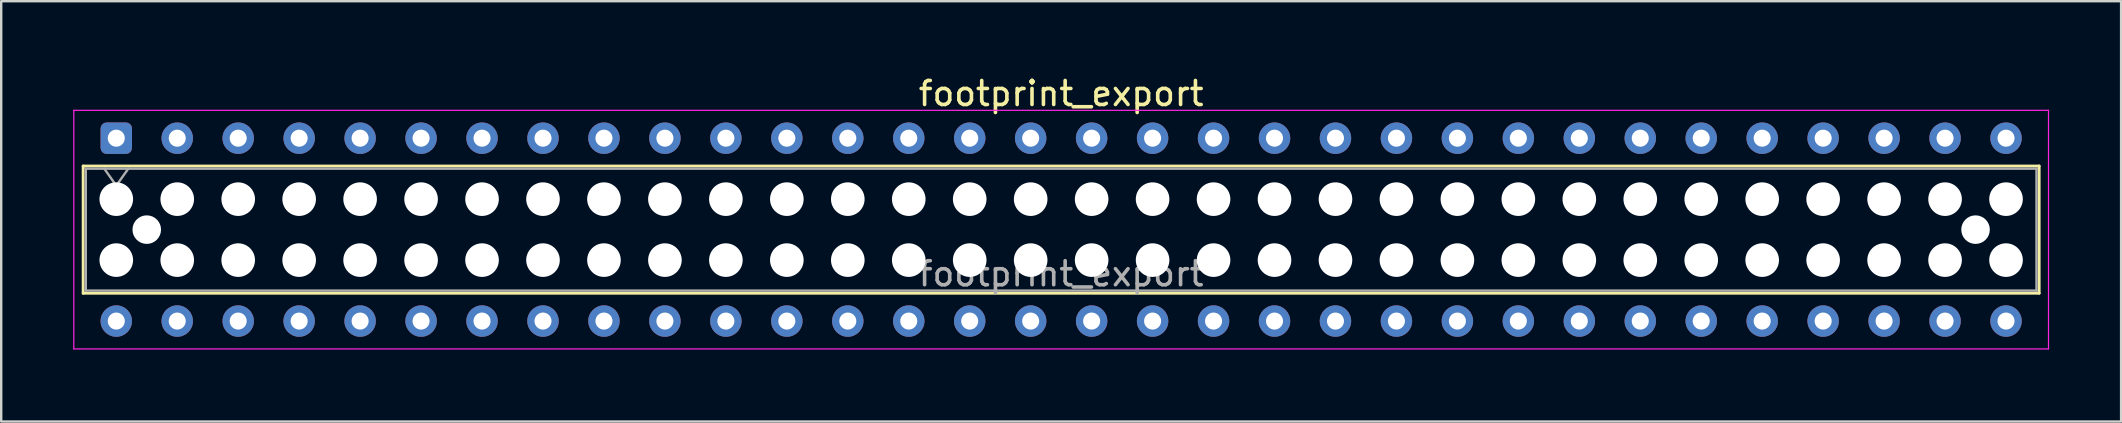
<source format=kicad_pcb>
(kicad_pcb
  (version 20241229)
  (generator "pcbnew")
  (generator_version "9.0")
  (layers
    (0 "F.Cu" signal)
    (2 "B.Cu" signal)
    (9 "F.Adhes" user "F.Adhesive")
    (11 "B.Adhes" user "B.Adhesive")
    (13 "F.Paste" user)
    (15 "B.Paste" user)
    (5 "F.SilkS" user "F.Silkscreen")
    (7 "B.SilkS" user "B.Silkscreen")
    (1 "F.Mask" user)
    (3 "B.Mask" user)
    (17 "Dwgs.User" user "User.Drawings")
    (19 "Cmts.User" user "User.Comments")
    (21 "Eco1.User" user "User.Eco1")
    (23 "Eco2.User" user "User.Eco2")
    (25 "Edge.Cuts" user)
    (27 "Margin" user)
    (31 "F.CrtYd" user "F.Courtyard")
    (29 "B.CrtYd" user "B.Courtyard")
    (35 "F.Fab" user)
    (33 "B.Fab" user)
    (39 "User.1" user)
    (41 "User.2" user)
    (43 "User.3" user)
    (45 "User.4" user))
  (footprint "footprint_export"
    (layer "F.Cu")
    (at 1.795 2.708)
    (property "Reference" "footprint_export" (at 39.37 -1.86 0) (layer "F.SilkS") (effects (font (size 1 1) (thickness 0.15))))
    (attr through_hole)
    (fp_line (start -1.38 1.16) (end 80.12 1.16) (stroke (width 0.12) (type solid)) (layer "F.SilkS"))
    (fp_line (start -1.38 6.46) (end -1.38 1.16) (stroke (width 0.12) (type solid)) (layer "F.SilkS"))
    (fp_line (start 80.12 1.16) (end 80.12 6.46) (stroke (width 0.12) (type solid)) (layer "F.SilkS"))
    (fp_line (start 80.12 6.46) (end -1.38 6.46) (stroke (width 0.12) (type solid)) (layer "F.SilkS"))
    (fp_line (start -1.77 -1.16) (end 80.51 -1.16) (stroke (width 0.05) (type solid)) (layer "F.CrtYd"))
    (fp_line (start -1.77 8.78) (end -1.77 -1.16) (stroke (width 0.05) (type solid)) (layer "F.CrtYd"))
    (fp_line (start 80.51 -1.16) (end 80.51 8.78) (stroke (width 0.05) (type solid)) (layer "F.CrtYd"))
    (fp_line (start 80.51 8.78) (end -1.77 8.78) (stroke (width 0.05) (type solid)) (layer "F.CrtYd"))
    (fp_line (start -1.27 1.27) (end 80.01 1.27) (stroke (width 0.1) (type solid)) (layer "F.Fab"))
    (fp_line (start -1.27 6.35) (end -1.27 1.27) (stroke (width 0.1) (type solid)) (layer "F.Fab"))
    (fp_line (start -0.5 1.27) (end 0 1.977) (stroke (width 0.1) (type solid)) (layer "F.Fab"))
    (fp_line (start 0 1.977) (end 0.5 1.27) (stroke (width 0.1) (type solid)) (layer "F.Fab"))
    (fp_line (start 80.01 1.27) (end 80.01 6.35) (stroke (width 0.1) (type solid)) (layer "F.Fab"))
    (fp_line (start 80.01 6.35) (end -1.27 6.35) (stroke (width 0.1) (type solid)) (layer "F.Fab"))
    (fp_text user "${REFERENCE}" (at 39.37 5.65 0) (layer "F.Fab") (effects (font (size 1 1) (thickness 0.15))))
    (pad "" np_thru_hole circle (at 0 2.54) (size 1.4 1.4) (drill 1.4) (layers "*.Cu" "*.Mask"))
    (pad "" np_thru_hole circle (at 0 5.08) (size 1.4 1.4) (drill 1.4) (layers "*.Cu" "*.Mask"))
    (pad "" np_thru_hole circle (at 1.27 3.81) (size 1.19 1.19) (drill 1.19) (layers "*.Cu" "*.Mask"))
    (pad "" np_thru_hole circle (at 2.54 2.54) (size 1.4 1.4) (drill 1.4) (layers "*.Cu" "*.Mask"))
    (pad "" np_thru_hole circle (at 2.54 5.08) (size 1.4 1.4) (drill 1.4) (layers "*.Cu" "*.Mask"))
    (pad "" np_thru_hole circle (at 5.08 2.54) (size 1.4 1.4) (drill 1.4) (layers "*.Cu" "*.Mask"))
    (pad "" np_thru_hole circle (at 5.08 5.08) (size 1.4 1.4) (drill 1.4) (layers "*.Cu" "*.Mask"))
    (pad "" np_thru_hole circle (at 7.62 2.54) (size 1.4 1.4) (drill 1.4) (layers "*.Cu" "*.Mask"))
    (pad "" np_thru_hole circle (at 7.62 5.08) (size 1.4 1.4) (drill 1.4) (layers "*.Cu" "*.Mask"))
    (pad "" np_thru_hole circle (at 10.16 2.54) (size 1.4 1.4) (drill 1.4) (layers "*.Cu" "*.Mask"))
    (pad "" np_thru_hole circle (at 10.16 5.08) (size 1.4 1.4) (drill 1.4) (layers "*.Cu" "*.Mask"))
    (pad "" np_thru_hole circle (at 12.7 2.54) (size 1.4 1.4) (drill 1.4) (layers "*.Cu" "*.Mask"))
    (pad "" np_thru_hole circle (at 12.7 5.08) (size 1.4 1.4) (drill 1.4) (layers "*.Cu" "*.Mask"))
    (pad "" np_thru_hole circle (at 15.24 2.54) (size 1.4 1.4) (drill 1.4) (layers "*.Cu" "*.Mask"))
    (pad "" np_thru_hole circle (at 15.24 5.08) (size 1.4 1.4) (drill 1.4) (layers "*.Cu" "*.Mask"))
    (pad "" np_thru_hole circle (at 17.78 2.54) (size 1.4 1.4) (drill 1.4) (layers "*.Cu" "*.Mask"))
    (pad "" np_thru_hole circle (at 17.78 5.08) (size 1.4 1.4) (drill 1.4) (layers "*.Cu" "*.Mask"))
    (pad "" np_thru_hole circle (at 20.32 2.54) (size 1.4 1.4) (drill 1.4) (layers "*.Cu" "*.Mask"))
    (pad "" np_thru_hole circle (at 20.32 5.08) (size 1.4 1.4) (drill 1.4) (layers "*.Cu" "*.Mask"))
    (pad "" np_thru_hole circle (at 22.86 2.54) (size 1.4 1.4) (drill 1.4) (layers "*.Cu" "*.Mask"))
    (pad "" np_thru_hole circle (at 22.86 5.08) (size 1.4 1.4) (drill 1.4) (layers "*.Cu" "*.Mask"))
    (pad "" np_thru_hole circle (at 25.4 2.54) (size 1.4 1.4) (drill 1.4) (layers "*.Cu" "*.Mask"))
    (pad "" np_thru_hole circle (at 25.4 5.08) (size 1.4 1.4) (drill 1.4) (layers "*.Cu" "*.Mask"))
    (pad "" np_thru_hole circle (at 27.94 2.54) (size 1.4 1.4) (drill 1.4) (layers "*.Cu" "*.Mask"))
    (pad "" np_thru_hole circle (at 27.94 5.08) (size 1.4 1.4) (drill 1.4) (layers "*.Cu" "*.Mask"))
    (pad "" np_thru_hole circle (at 30.48 2.54) (size 1.4 1.4) (drill 1.4) (layers "*.Cu" "*.Mask"))
    (pad "" np_thru_hole circle (at 30.48 5.08) (size 1.4 1.4) (drill 1.4) (layers "*.Cu" "*.Mask"))
    (pad "" np_thru_hole circle (at 33.02 2.54) (size 1.4 1.4) (drill 1.4) (layers "*.Cu" "*.Mask"))
    (pad "" np_thru_hole circle (at 33.02 5.08) (size 1.4 1.4) (drill 1.4) (layers "*.Cu" "*.Mask"))
    (pad "" np_thru_hole circle (at 35.56 2.54) (size 1.4 1.4) (drill 1.4) (layers "*.Cu" "*.Mask"))
    (pad "" np_thru_hole circle (at 35.56 5.08) (size 1.4 1.4) (drill 1.4) (layers "*.Cu" "*.Mask"))
    (pad "" np_thru_hole circle (at 38.1 2.54) (size 1.4 1.4) (drill 1.4) (layers "*.Cu" "*.Mask"))
    (pad "" np_thru_hole circle (at 38.1 5.08) (size 1.4 1.4) (drill 1.4) (layers "*.Cu" "*.Mask"))
    (pad "" np_thru_hole circle (at 40.64 2.54) (size 1.4 1.4) (drill 1.4) (layers "*.Cu" "*.Mask"))
    (pad "" np_thru_hole circle (at 40.64 5.08) (size 1.4 1.4) (drill 1.4) (layers "*.Cu" "*.Mask"))
    (pad "" np_thru_hole circle (at 43.18 2.54) (size 1.4 1.4) (drill 1.4) (layers "*.Cu" "*.Mask"))
    (pad "" np_thru_hole circle (at 43.18 5.08) (size 1.4 1.4) (drill 1.4) (layers "*.Cu" "*.Mask"))
    (pad "" np_thru_hole circle (at 45.72 2.54) (size 1.4 1.4) (drill 1.4) (layers "*.Cu" "*.Mask"))
    (pad "" np_thru_hole circle (at 45.72 5.08) (size 1.4 1.4) (drill 1.4) (layers "*.Cu" "*.Mask"))
    (pad "" np_thru_hole circle (at 48.26 2.54) (size 1.4 1.4) (drill 1.4) (layers "*.Cu" "*.Mask"))
    (pad "" np_thru_hole circle (at 48.26 5.08) (size 1.4 1.4) (drill 1.4) (layers "*.Cu" "*.Mask"))
    (pad "" np_thru_hole circle (at 50.8 2.54) (size 1.4 1.4) (drill 1.4) (layers "*.Cu" "*.Mask"))
    (pad "" np_thru_hole circle (at 50.8 5.08) (size 1.4 1.4) (drill 1.4) (layers "*.Cu" "*.Mask"))
    (pad "" np_thru_hole circle (at 53.34 2.54) (size 1.4 1.4) (drill 1.4) (layers "*.Cu" "*.Mask"))
    (pad "" np_thru_hole circle (at 53.34 5.08) (size 1.4 1.4) (drill 1.4) (layers "*.Cu" "*.Mask"))
    (pad "" np_thru_hole circle (at 55.88 2.54) (size 1.4 1.4) (drill 1.4) (layers "*.Cu" "*.Mask"))
    (pad "" np_thru_hole circle (at 55.88 5.08) (size 1.4 1.4) (drill 1.4) (layers "*.Cu" "*.Mask"))
    (pad "" np_thru_hole circle (at 58.42 2.54) (size 1.4 1.4) (drill 1.4) (layers "*.Cu" "*.Mask"))
    (pad "" np_thru_hole circle (at 58.42 5.08) (size 1.4 1.4) (drill 1.4) (layers "*.Cu" "*.Mask"))
    (pad "" np_thru_hole circle (at 60.96 2.54) (size 1.4 1.4) (drill 1.4) (layers "*.Cu" "*.Mask"))
    (pad "" np_thru_hole circle (at 60.96 5.08) (size 1.4 1.4) (drill 1.4) (layers "*.Cu" "*.Mask"))
    (pad "" np_thru_hole circle (at 63.5 2.54) (size 1.4 1.4) (drill 1.4) (layers "*.Cu" "*.Mask"))
    (pad "" np_thru_hole circle (at 63.5 5.08) (size 1.4 1.4) (drill 1.4) (layers "*.Cu" "*.Mask"))
    (pad "" np_thru_hole circle (at 66.04 2.54) (size 1.4 1.4) (drill 1.4) (layers "*.Cu" "*.Mask"))
    (pad "" np_thru_hole circle (at 66.04 5.08) (size 1.4 1.4) (drill 1.4) (layers "*.Cu" "*.Mask"))
    (pad "" np_thru_hole circle (at 68.58 2.54) (size 1.4 1.4) (drill 1.4) (layers "*.Cu" "*.Mask"))
    (pad "" np_thru_hole circle (at 68.58 5.08) (size 1.4 1.4) (drill 1.4) (layers "*.Cu" "*.Mask"))
    (pad "" np_thru_hole circle (at 71.12 2.54) (size 1.4 1.4) (drill 1.4) (layers "*.Cu" "*.Mask"))
    (pad "" np_thru_hole circle (at 71.12 5.08) (size 1.4 1.4) (drill 1.4) (layers "*.Cu" "*.Mask"))
    (pad "" np_thru_hole circle (at 73.66 2.54) (size 1.4 1.4) (drill 1.4) (layers "*.Cu" "*.Mask"))
    (pad "" np_thru_hole circle (at 73.66 5.08) (size 1.4 1.4) (drill 1.4) (layers "*.Cu" "*.Mask"))
    (pad "" np_thru_hole circle (at 76.2 2.54) (size 1.4 1.4) (drill 1.4) (layers "*.Cu" "*.Mask"))
    (pad "" np_thru_hole circle (at 76.2 5.08) (size 1.4 1.4) (drill 1.4) (layers "*.Cu" "*.Mask"))
    (pad "" np_thru_hole circle (at 77.47 3.81) (size 1.19 1.19) (drill 1.19) (layers "*.Cu" "*.Mask"))
    (pad "" np_thru_hole circle (at 78.74 2.54) (size 1.4 1.4) (drill 1.4) (layers "*.Cu" "*.Mask"))
    (pad "" np_thru_hole circle (at 78.74 5.08) (size 1.4 1.4) (drill 1.4) (layers "*.Cu" "*.Mask"))
    (pad "1" thru_hole roundrect (at 0 0) (size 1.31 1.31) (drill 0.71) (layers "*.Cu" "*.Mask") (roundrect_rratio 0.191))
    (pad "2" thru_hole circle (at 0 7.62) (size 1.31 1.31) (drill 0.71) (layers "*.Cu" "*.Mask"))
    (pad "3" thru_hole circle (at 2.54 0) (size 1.31 1.31) (drill 0.71) (layers "*.Cu" "*.Mask"))
    (pad "4" thru_hole circle (at 2.54 7.62) (size 1.31 1.31) (drill 0.71) (layers "*.Cu" "*.Mask"))
    (pad "5" thru_hole circle (at 5.08 0) (size 1.31 1.31) (drill 0.71) (layers "*.Cu" "*.Mask"))
    (pad "6" thru_hole circle (at 5.08 7.62) (size 1.31 1.31) (drill 0.71) (layers "*.Cu" "*.Mask"))
    (pad "7" thru_hole circle (at 7.62 0) (size 1.31 1.31) (drill 0.71) (layers "*.Cu" "*.Mask"))
    (pad "8" thru_hole circle (at 7.62 7.62) (size 1.31 1.31) (drill 0.71) (layers "*.Cu" "*.Mask"))
    (pad "9" thru_hole circle (at 10.16 0) (size 1.31 1.31) (drill 0.71) (layers "*.Cu" "*.Mask"))
    (pad "10" thru_hole circle (at 10.16 7.62) (size 1.31 1.31) (drill 0.71) (layers "*.Cu" "*.Mask"))
    (pad "11" thru_hole circle (at 12.7 0) (size 1.31 1.31) (drill 0.71) (layers "*.Cu" "*.Mask"))
    (pad "12" thru_hole circle (at 12.7 7.62) (size 1.31 1.31) (drill 0.71) (layers "*.Cu" "*.Mask"))
    (pad "13" thru_hole circle (at 15.24 0) (size 1.31 1.31) (drill 0.71) (layers "*.Cu" "*.Mask"))
    (pad "14" thru_hole circle (at 15.24 7.62) (size 1.31 1.31) (drill 0.71) (layers "*.Cu" "*.Mask"))
    (pad "15" thru_hole circle (at 17.78 0) (size 1.31 1.31) (drill 0.71) (layers "*.Cu" "*.Mask"))
    (pad "16" thru_hole circle (at 17.78 7.62) (size 1.31 1.31) (drill 0.71) (layers "*.Cu" "*.Mask"))
    (pad "17" thru_hole circle (at 20.32 0) (size 1.31 1.31) (drill 0.71) (layers "*.Cu" "*.Mask"))
    (pad "18" thru_hole circle (at 20.32 7.62) (size 1.31 1.31) (drill 0.71) (layers "*.Cu" "*.Mask"))
    (pad "19" thru_hole circle (at 22.86 0) (size 1.31 1.31) (drill 0.71) (layers "*.Cu" "*.Mask"))
    (pad "20" thru_hole circle (at 22.86 7.62) (size 1.31 1.31) (drill 0.71) (layers "*.Cu" "*.Mask"))
    (pad "21" thru_hole circle (at 25.4 0) (size 1.31 1.31) (drill 0.71) (layers "*.Cu" "*.Mask"))
    (pad "22" thru_hole circle (at 25.4 7.62) (size 1.31 1.31) (drill 0.71) (layers "*.Cu" "*.Mask"))
    (pad "23" thru_hole circle (at 27.94 0) (size 1.31 1.31) (drill 0.71) (layers "*.Cu" "*.Mask"))
    (pad "24" thru_hole circle (at 27.94 7.62) (size 1.31 1.31) (drill 0.71) (layers "*.Cu" "*.Mask"))
    (pad "25" thru_hole circle (at 30.48 0) (size 1.31 1.31) (drill 0.71) (layers "*.Cu" "*.Mask"))
    (pad "26" thru_hole circle (at 30.48 7.62) (size 1.31 1.31) (drill 0.71) (layers "*.Cu" "*.Mask"))
    (pad "27" thru_hole circle (at 33.02 0) (size 1.31 1.31) (drill 0.71) (layers "*.Cu" "*.Mask"))
    (pad "28" thru_hole circle (at 33.02 7.62) (size 1.31 1.31) (drill 0.71) (layers "*.Cu" "*.Mask"))
    (pad "29" thru_hole circle (at 35.56 0) (size 1.31 1.31) (drill 0.71) (layers "*.Cu" "*.Mask"))
    (pad "30" thru_hole circle (at 35.56 7.62) (size 1.31 1.31) (drill 0.71) (layers "*.Cu" "*.Mask"))
    (pad "31" thru_hole circle (at 38.1 0) (size 1.31 1.31) (drill 0.71) (layers "*.Cu" "*.Mask"))
    (pad "32" thru_hole circle (at 38.1 7.62) (size 1.31 1.31) (drill 0.71) (layers "*.Cu" "*.Mask"))
    (pad "33" thru_hole circle (at 40.64 0) (size 1.31 1.31) (drill 0.71) (layers "*.Cu" "*.Mask"))
    (pad "34" thru_hole circle (at 40.64 7.62) (size 1.31 1.31) (drill 0.71) (layers "*.Cu" "*.Mask"))
    (pad "35" thru_hole circle (at 43.18 0) (size 1.31 1.31) (drill 0.71) (layers "*.Cu" "*.Mask"))
    (pad "36" thru_hole circle (at 43.18 7.62) (size 1.31 1.31) (drill 0.71) (layers "*.Cu" "*.Mask"))
    (pad "37" thru_hole circle (at 45.72 0) (size 1.31 1.31) (drill 0.71) (layers "*.Cu" "*.Mask"))
    (pad "38" thru_hole circle (at 45.72 7.62) (size 1.31 1.31) (drill 0.71) (layers "*.Cu" "*.Mask"))
    (pad "39" thru_hole circle (at 48.26 0) (size 1.31 1.31) (drill 0.71) (layers "*.Cu" "*.Mask"))
    (pad "40" thru_hole circle (at 48.26 7.62) (size 1.31 1.31) (drill 0.71) (layers "*.Cu" "*.Mask"))
    (pad "41" thru_hole circle (at 50.8 0) (size 1.31 1.31) (drill 0.71) (layers "*.Cu" "*.Mask"))
    (pad "42" thru_hole circle (at 50.8 7.62) (size 1.31 1.31) (drill 0.71) (layers "*.Cu" "*.Mask"))
    (pad "43" thru_hole circle (at 53.34 0) (size 1.31 1.31) (drill 0.71) (layers "*.Cu" "*.Mask"))
    (pad "44" thru_hole circle (at 53.34 7.62) (size 1.31 1.31) (drill 0.71) (layers "*.Cu" "*.Mask"))
    (pad "45" thru_hole circle (at 55.88 0) (size 1.31 1.31) (drill 0.71) (layers "*.Cu" "*.Mask"))
    (pad "46" thru_hole circle (at 55.88 7.62) (size 1.31 1.31) (drill 0.71) (layers "*.Cu" "*.Mask"))
    (pad "47" thru_hole circle (at 58.42 0) (size 1.31 1.31) (drill 0.71) (layers "*.Cu" "*.Mask"))
    (pad "48" thru_hole circle (at 58.42 7.62) (size 1.31 1.31) (drill 0.71) (layers "*.Cu" "*.Mask"))
    (pad "49" thru_hole circle (at 60.96 0) (size 1.31 1.31) (drill 0.71) (layers "*.Cu" "*.Mask"))
    (pad "50" thru_hole circle (at 60.96 7.62) (size 1.31 1.31) (drill 0.71) (layers "*.Cu" "*.Mask"))
    (pad "51" thru_hole circle (at 63.5 0) (size 1.31 1.31) (drill 0.71) (layers "*.Cu" "*.Mask"))
    (pad "52" thru_hole circle (at 63.5 7.62) (size 1.31 1.31) (drill 0.71) (layers "*.Cu" "*.Mask"))
    (pad "53" thru_hole circle (at 66.04 0) (size 1.31 1.31) (drill 0.71) (layers "*.Cu" "*.Mask"))
    (pad "54" thru_hole circle (at 66.04 7.62) (size 1.31 1.31) (drill 0.71) (layers "*.Cu" "*.Mask"))
    (pad "55" thru_hole circle (at 68.58 0) (size 1.31 1.31) (drill 0.71) (layers "*.Cu" "*.Mask"))
    (pad "56" thru_hole circle (at 68.58 7.62) (size 1.31 1.31) (drill 0.71) (layers "*.Cu" "*.Mask"))
    (pad "57" thru_hole circle (at 71.12 0) (size 1.31 1.31) (drill 0.71) (layers "*.Cu" "*.Mask"))
    (pad "58" thru_hole circle (at 71.12 7.62) (size 1.31 1.31) (drill 0.71) (layers "*.Cu" "*.Mask"))
    (pad "59" thru_hole circle (at 73.66 0) (size 1.31 1.31) (drill 0.71) (layers "*.Cu" "*.Mask"))
    (pad "60" thru_hole circle (at 73.66 7.62) (size 1.31 1.31) (drill 0.71) (layers "*.Cu" "*.Mask"))
    (pad "61" thru_hole circle (at 76.2 0) (size 1.31 1.31) (drill 0.71) (layers "*.Cu" "*.Mask"))
    (pad "62" thru_hole circle (at 76.2 7.62) (size 1.31 1.31) (drill 0.71) (layers "*.Cu" "*.Mask"))
    (pad "63" thru_hole circle (at 78.74 0) (size 1.31 1.31) (drill 0.71) (layers "*.Cu" "*.Mask"))
    (pad "64" thru_hole circle (at 78.74 7.62) (size 1.31 1.31) (drill 0.71) (layers "*.Cu" "*.Mask")))
  (gr_rect
    (start -3 -3)
    (end 85.33 14.513)
    (stroke (width 0.1) (type default))
    (fill no)
    (layer "Edge.Cuts")))
</source>
